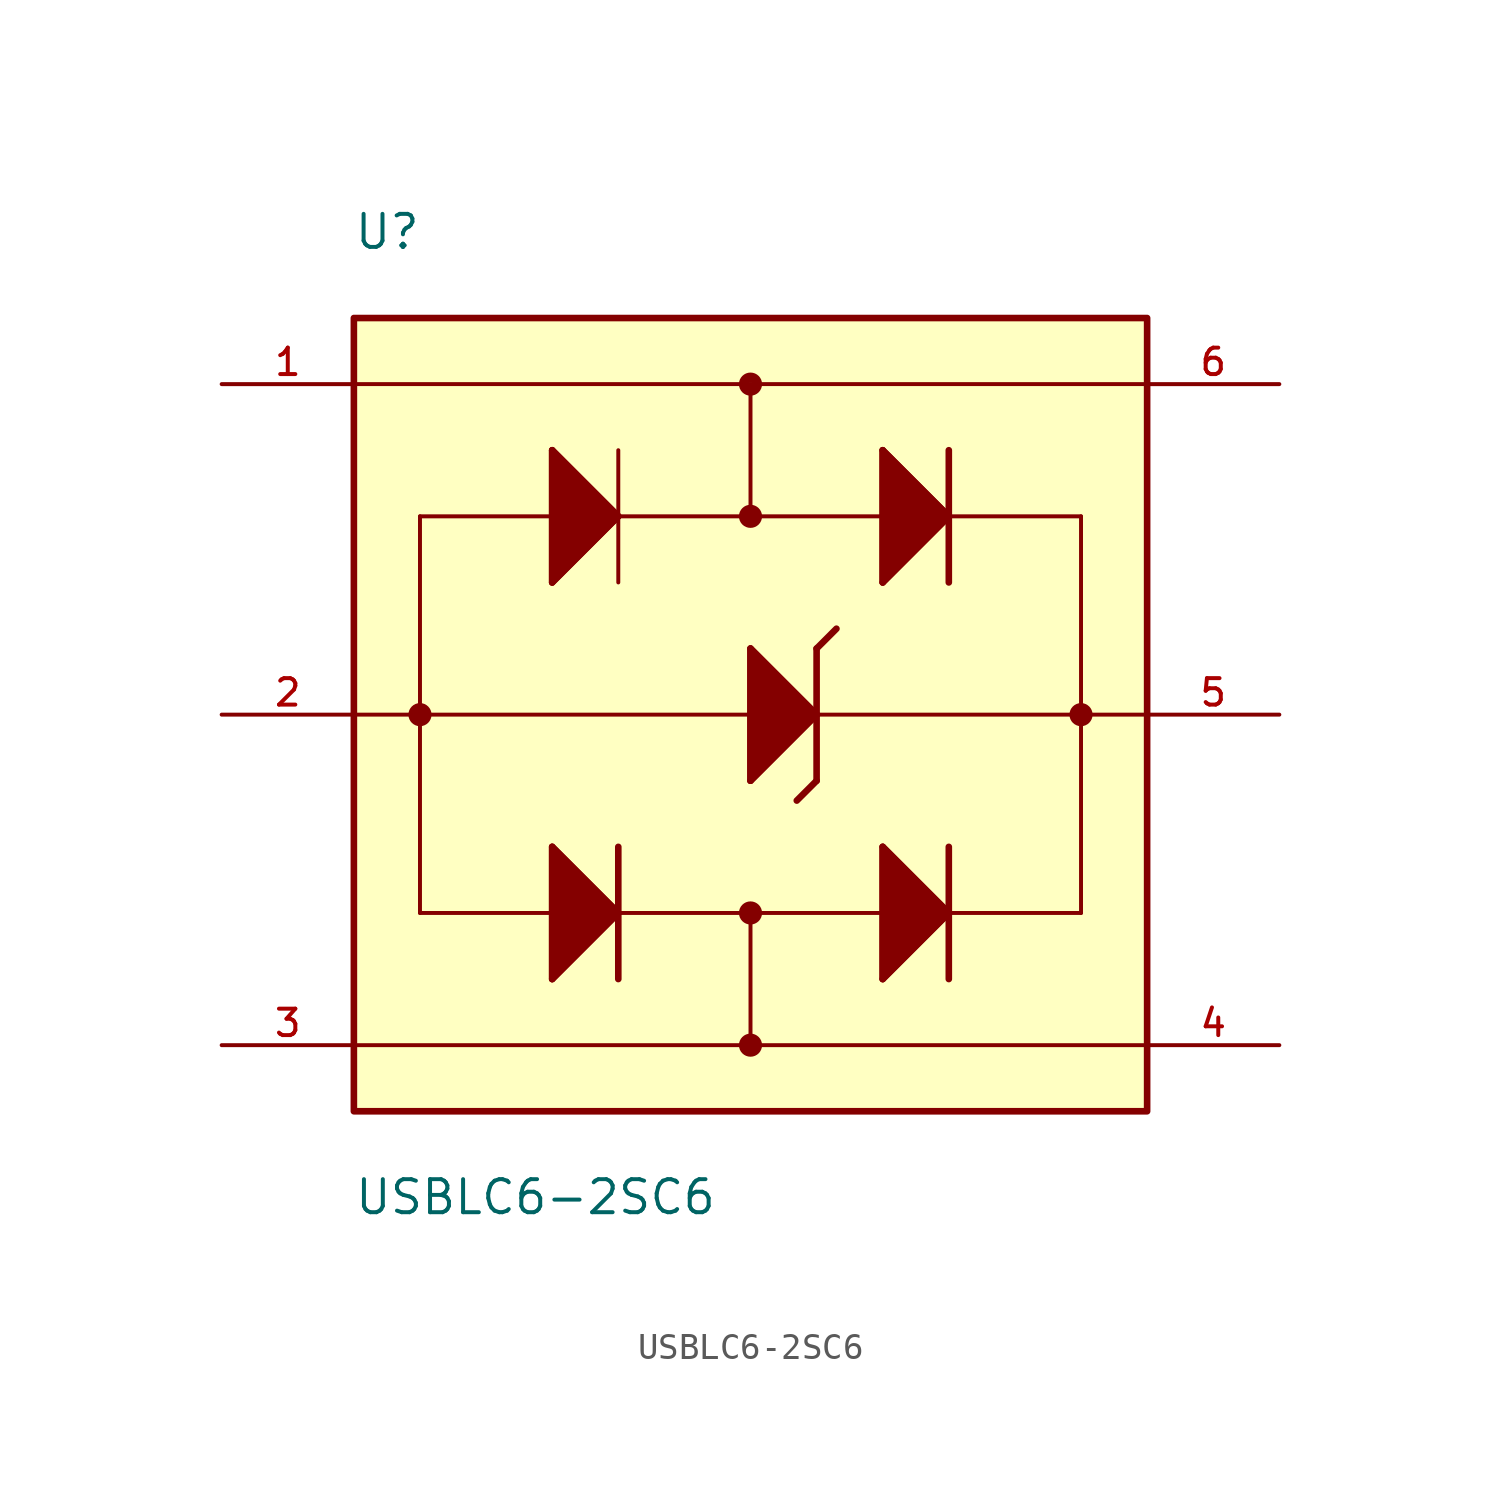
<source format=kicad_sym>
(kicad_symbol_lib
  (version 20241209)
  (generator "kicad_symbol_editor")
  (generator_version "9.0")
  (symbol "USBLC6-2SC6"
    (pin_names
      (offset 1.016))
    (property "Reference" "U"
      (at -15.269 17.809 0)
      (effects (font (size 1.27 1.27)) (justify left bottom)))
    (property "Value" "USBLC6-2SC6"
      (at -15.256 -17.796 0)
      (effects (font (size 1.27 1.27)) (justify left top)))
    (symbol "USBLC6-2SC6_0_0"
      (polyline (pts (xy -15.24 12.7) (xy 15.24 12.7)) (stroke (width 0.152) (type default)) (fill (type none)))
      (polyline (pts (xy -15.24 -12.7) (xy 15.24 -12.7)) (stroke (width 0.152) (type default)) (fill (type none)))
      (rectangle (start -15.24 -15.24) (end 15.24 15.24) (stroke (width 0.254) (type default)) (fill (type background)))
      (polyline (pts (xy -12.7 7.62) (xy -12.7 0)) (stroke (width 0.152) (type default)) (fill (type none)))
      (polyline (pts (xy -12.7 7.62) (xy -7.62 7.62)) (stroke (width 0.152) (type default)) (fill (type none)))
      (circle (center -12.7 0) (radius 0.254) (stroke (width 0.381) (type default)) (fill (type none)))
      (polyline (pts (xy -12.7 0) (xy -15.24 0)) (stroke (width 0.152) (type default)) (fill (type none)))
      (polyline (pts (xy -12.7 0) (xy -12.7 -7.62)) (stroke (width 0.152) (type default)) (fill (type none)))
      (polyline (pts (xy -12.7 0) (xy 0 0)) (stroke (width 0.152) (type default)) (fill (type none)))
      (polyline (pts (xy -12.7 -7.62) (xy -7.62 -7.62)) (stroke (width 0.152) (type default)) (fill (type none)))
      (polyline (pts (xy -7.62 10.16) (xy -5.08 7.62)) (stroke (width 0.254) (type default)) (fill (type none)))
      (polyline (pts (xy -7.62 10.16) (xy -7.62 5.08) (xy -5.08 7.62) (xy -7.62 10.16)) (stroke (width 0.254) (type default)) (fill (type outline)))
      (polyline (pts (xy -7.62 7.62) (xy -7.62 10.16)) (stroke (width 0.254) (type default)) (fill (type none)))
      (polyline (pts (xy -7.62 5.08) (xy -7.62 7.62)) (stroke (width 0.254) (type default)) (fill (type none)))
      (polyline (pts (xy -7.62 -5.08) (xy -5.08 -7.62)) (stroke (width 0.254) (type default)) (fill (type none)))
      (polyline (pts (xy -7.62 -5.08) (xy -7.62 -10.16) (xy -5.08 -7.62) (xy -7.62 -5.08)) (stroke (width 0.254) (type default)) (fill (type outline)))
      (polyline (pts (xy -7.62 -7.62) (xy -7.62 -5.08)) (stroke (width 0.254) (type default)) (fill (type none)))
      (polyline (pts (xy -7.62 -10.16) (xy -7.62 -7.62)) (stroke (width 0.254) (type default)) (fill (type none)))
      (polyline (pts (xy -5.08 10.16) (xy -5.08 7.62)) (stroke (width 0.152) (type default)) (fill (type none)))
      (polyline (pts (xy -5.08 7.62) (xy -7.62 5.08)) (stroke (width 0.254) (type default)) (fill (type none)))
      (polyline (pts (xy -5.08 7.62) (xy -5.08 5.08)) (stroke (width 0.152) (type default)) (fill (type none)))
      (polyline (pts (xy -5.08 7.62) (xy 0 7.62)) (stroke (width 0.152) (type default)) (fill (type none)))
      (polyline (pts (xy -5.08 -5.08) (xy -5.08 -7.62)) (stroke (width 0.254) (type default)) (fill (type none)))
      (polyline (pts (xy -5.08 -7.62) (xy -7.62 -10.16)) (stroke (width 0.254) (type default)) (fill (type none)))
      (polyline (pts (xy -5.08 -7.62) (xy -5.08 -10.16)) (stroke (width 0.254) (type default)) (fill (type none)))
      (polyline (pts (xy -5.08 -7.62) (xy 0 -7.62)) (stroke (width 0.152) (type default)) (fill (type none)))
      (circle (center 0 12.7) (radius 0.254) (stroke (width 0.381) (type default)) (fill (type none)))
      (circle (center 0 7.62) (radius 0.254) (stroke (width 0.381) (type default)) (fill (type none)))
      (polyline (pts (xy 0 7.62) (xy 0 12.7)) (stroke (width 0.152) (type default)) (fill (type none)))
      (polyline (pts (xy 0 7.62) (xy 5.08 7.62)) (stroke (width 0.152) (type default)) (fill (type none)))
      (polyline (pts (xy 0 2.54) (xy 2.54 0)) (stroke (width 0.254) (type default)) (fill (type none)))
      (polyline (pts (xy 0 2.54) (xy 0 -2.54) (xy 2.54 0) (xy 0 2.54)) (stroke (width 0.254) (type default)) (fill (type outline)))
      (polyline (pts (xy 0 0) (xy 0 2.54)) (stroke (width 0.254) (type default)) (fill (type none)))
      (polyline (pts (xy 0 -2.54) (xy 0 0)) (stroke (width 0.254) (type default)) (fill (type none)))
      (polyline (pts (xy 0 -7.62) (xy 0 -12.7)) (stroke (width 0.152) (type default)) (fill (type none)))
      (polyline (pts (xy 0 -7.62) (xy 5.08 -7.62)) (stroke (width 0.152) (type default)) (fill (type none)))
      (circle (center 0 -7.62) (radius 0.254) (stroke (width 0.381) (type default)) (fill (type none)))
      (circle (center 0 -12.7) (radius 0.254) (stroke (width 0.381) (type default)) (fill (type none)))
      (polyline (pts (xy 2.54 2.54) (xy 2.54 -2.54)) (stroke (width 0.254) (type default)) (fill (type none)))
      (polyline (pts (xy 2.54 2.54) (xy 3.302 3.302)) (stroke (width 0.254) (type default)) (fill (type none)))
      (polyline (pts (xy 2.54 0) (xy 0 -2.54)) (stroke (width 0.254) (type default)) (fill (type none)))
      (polyline (pts (xy 2.54 0) (xy 12.7 0)) (stroke (width 0.152) (type default)) (fill (type none)))
      (polyline (pts (xy 2.54 -2.54) (xy 1.778 -3.302)) (stroke (width 0.254) (type default)) (fill (type none)))
      (polyline (pts (xy 5.08 10.16) (xy 7.62 7.62)) (stroke (width 0.254) (type default)) (fill (type none)))
      (polyline (pts (xy 5.08 10.16) (xy 5.08 5.08) (xy 7.62 7.62) (xy 5.08 10.16)) (stroke (width 0.254) (type default)) (fill (type outline)))
      (polyline (pts (xy 5.08 7.62) (xy 5.08 10.16)) (stroke (width 0.254) (type default)) (fill (type none)))
      (polyline (pts (xy 5.08 5.08) (xy 5.08 7.62)) (stroke (width 0.254) (type default)) (fill (type none)))
      (polyline (pts (xy 5.08 -5.08) (xy 7.62 -7.62)) (stroke (width 0.254) (type default)) (fill (type none)))
      (polyline (pts (xy 5.08 -5.08) (xy 5.08 -10.16) (xy 7.62 -7.62) (xy 5.08 -5.08)) (stroke (width 0.254) (type default)) (fill (type outline)))
      (polyline (pts (xy 5.08 -7.62) (xy 5.08 -5.08)) (stroke (width 0.254) (type default)) (fill (type none)))
      (polyline (pts (xy 5.08 -10.16) (xy 5.08 -7.62)) (stroke (width 0.254) (type default)) (fill (type none)))
      (polyline (pts (xy 7.62 10.16) (xy 7.62 7.62)) (stroke (width 0.254) (type default)) (fill (type none)))
      (polyline (pts (xy 7.62 7.62) (xy 5.08 5.08)) (stroke (width 0.254) (type default)) (fill (type none)))
      (polyline (pts (xy 7.62 7.62) (xy 7.62 5.08)) (stroke (width 0.254) (type default)) (fill (type none)))
      (polyline (pts (xy 7.62 7.62) (xy 12.7 7.62)) (stroke (width 0.152) (type default)) (fill (type none)))
      (polyline (pts (xy 7.62 -5.08) (xy 7.62 -7.62)) (stroke (width 0.254) (type default)) (fill (type none)))
      (polyline (pts (xy 7.62 -7.62) (xy 5.08 -10.16)) (stroke (width 0.254) (type default)) (fill (type none)))
      (polyline (pts (xy 7.62 -7.62) (xy 7.62 -10.16)) (stroke (width 0.254) (type default)) (fill (type none)))
      (polyline (pts (xy 7.62 -7.62) (xy 12.7 -7.62)) (stroke (width 0.152) (type default)) (fill (type none)))
      (polyline (pts (xy 12.7 7.62) (xy 12.7 0)) (stroke (width 0.152) (type default)) (fill (type none)))
      (polyline (pts (xy 12.7 0) (xy 12.7 -7.62)) (stroke (width 0.152) (type default)) (fill (type none)))
      (polyline (pts (xy 12.7 0) (xy 15.24 0)) (stroke (width 0.152) (type default)) (fill (type none)))
      (circle (center 12.7 0) (radius 0.254) (stroke (width 0.381) (type default)) (fill (type none)))
      (pin bidirectional line (at -20.32 12.7 0) (length 5.08) (name "~" (effects (font (size 1.016 1.016)))) (number "1" (effects (font (size 1.016 1.016)))))
      (pin power_in line (at -20.32 0 0) (length 5.08) (name "~" (effects (font (size 1.016 1.016)))) (number "2" (effects (font (size 1.016 1.016)))))
      (pin bidirectional line (at -20.32 -12.7 0) (length 5.08) (name "~" (effects (font (size 1.016 1.016)))) (number "3" (effects (font (size 1.016 1.016)))))
      (pin bidirectional line (at 20.32 12.7 180) (length 5.08) (name "~" (effects (font (size 1.016 1.016)))) (number "6" (effects (font (size 1.016 1.016)))))
      (pin power_in line (at 20.32 0 180) (length 5.08) (name "~" (effects (font (size 1.016 1.016)))) (number "5" (effects (font (size 1.016 1.016)))))
      (pin bidirectional line (at 20.32 -12.7 180) (length 5.08) (name "~" (effects (font (size 1.016 1.016)))) (number "4" (effects (font (size 1.016 1.016))))))))
</source>
